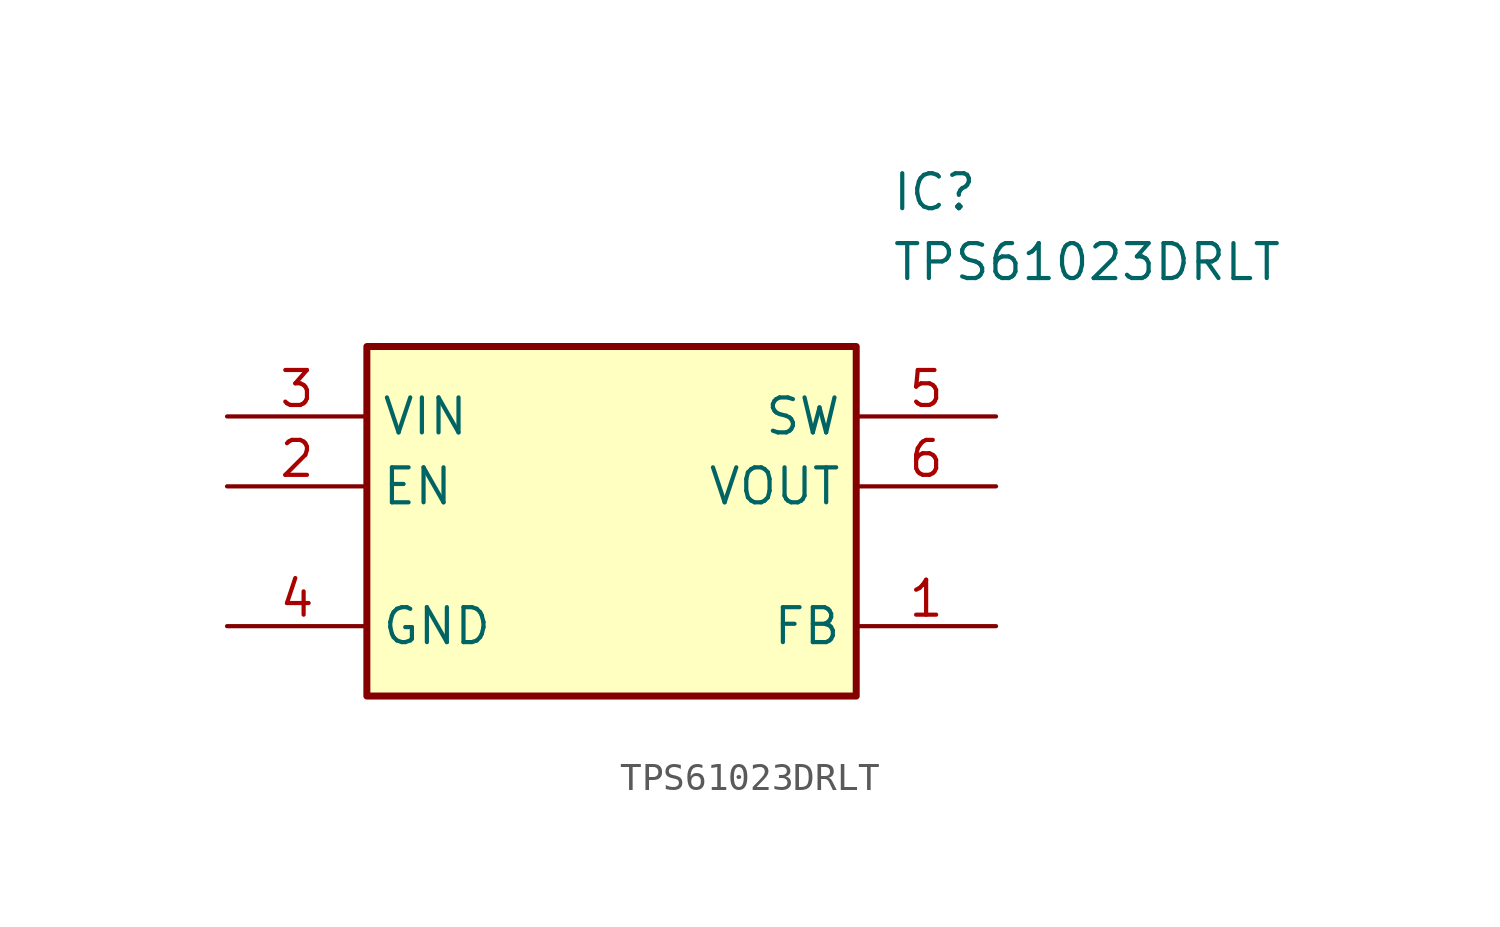
<source format=kicad_sym>
(kicad_symbol_lib
  (version 20220914)
  (generator kicad_symbol_editor)
  (symbol "TPS61023DRLT"
    (property "Reference" "IC"
      (at 24.13 7.62 0)
      (effects (font (size 1.27 1.27)) (justify left top)))
    (property "Value" "TPS61023DRLT"
      (at 24.13 5.08 0)
      (effects (font (size 1.27 1.27)) (justify left top)))
    (symbol "TPS61023DRLT_1_1"
      (rectangle (start 5.08 1.27) (end 22.86 -11.43) (stroke (width 0.254) (type default)) (fill (type background)))
      (pin passive line (at 27.94 -8.89 180) (length 5.08) (name "FB" (effects (font (size 1.27 1.27)))) (number "1" (effects (font (size 1.27 1.27)))))
      (pin passive line (at 0 -3.81 0) (length 5.08) (name "EN" (effects (font (size 1.27 1.27)))) (number "2" (effects (font (size 1.27 1.27)))))
      (pin passive line (at 0 -1.27 0) (length 5.08) (name "VIN" (effects (font (size 1.27 1.27)))) (number "3" (effects (font (size 1.27 1.27)))))
      (pin passive line (at 0 -8.89 0) (length 5.08) (name "GND" (effects (font (size 1.27 1.27)))) (number "4" (effects (font (size 1.27 1.27)))))
      (pin passive line (at 27.94 -1.27 180) (length 5.08) (name "SW" (effects (font (size 1.27 1.27)))) (number "5" (effects (font (size 1.27 1.27)))))
      (pin passive line (at 27.94 -3.81 180) (length 5.08) (name "VOUT" (effects (font (size 1.27 1.27)))) (number "6" (effects (font (size 1.27 1.27))))))))
</source>
